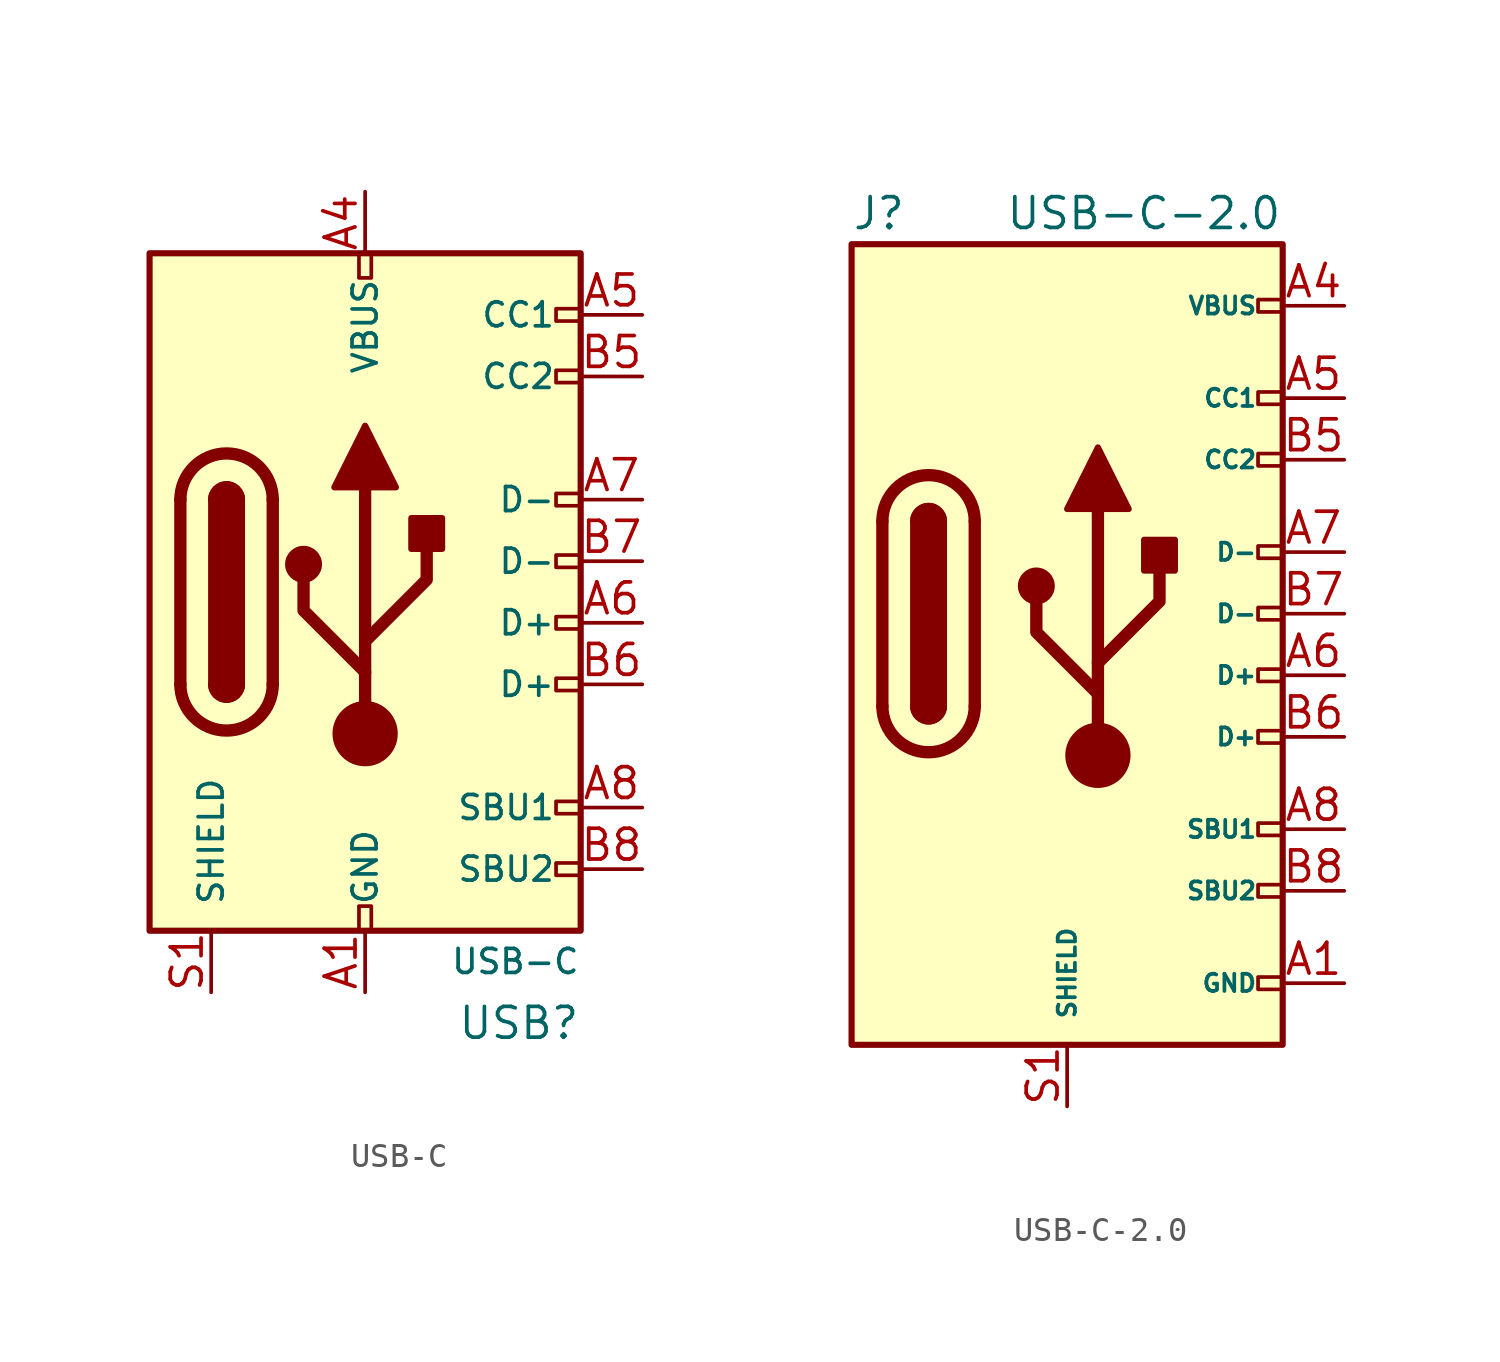
<source format=kicad_sym>
(kicad_symbol_lib
  (version 20241209)
  (generator "kicad_symbol_editor")
  (generator_version "9.0")
  (symbol "USB-C"
    (pin_names
      (offset 1.016))
    (property "Reference" "USB"
      (at 8.89 -17.78 0)
      (effects (font (size 1.27 1.27)) (justify right)))
    (property "Value" "USB-C"
      (at 8.89 -15.24 0)
      (effects (font (size 0.991 0.991)) (justify right)))
    (symbol "USB-C_0_0"
      (rectangle (start -0.254 13.97) (end 0.254 12.954) (stroke (width 0) (type default)) (fill (type none)))
      (rectangle (start -0.254 -13.97) (end 0.254 -12.954) (stroke (width 0) (type default)) (fill (type none)))
      (rectangle (start 8.89 11.684) (end 7.874 11.176) (stroke (width 0) (type default)) (fill (type none)))
      (rectangle (start 8.89 9.144) (end 7.874 8.636) (stroke (width 0) (type default)) (fill (type none)))
      (rectangle (start 8.89 4.064) (end 7.874 3.556) (stroke (width 0) (type default)) (fill (type none)))
      (rectangle (start 8.89 1.524) (end 7.874 1.016) (stroke (width 0) (type default)) (fill (type none)))
      (rectangle (start 8.89 -1.016) (end 7.874 -1.524) (stroke (width 0) (type default)) (fill (type none)))
      (rectangle (start 8.89 -3.556) (end 7.874 -4.064) (stroke (width 0) (type default)) (fill (type none)))
      (rectangle (start 8.89 -8.636) (end 7.874 -9.144) (stroke (width 0) (type default)) (fill (type none)))
      (rectangle (start 8.89 -11.176) (end 7.874 -11.684) (stroke (width 0) (type default)) (fill (type none))))
    (symbol "USB-C_0_1"
      (rectangle (start -8.89 13.97) (end 8.89 -13.97) (stroke (width 0.254) (type default)) (fill (type background)))
      (polyline (pts (xy -7.62 -3.81) (xy -7.62 3.81)) (stroke (width 0.508) (type default)) (fill (type none)))
      (rectangle (start -6.35 -3.81) (end -5.08 3.81) (stroke (width 0.254) (type default)) (fill (type outline)))
      (arc (start -6.35 3.81) (mid -5.715 4.4423) (end -5.08 3.81) (stroke (width 0.254) (type default)) (fill (type none)))
      (arc (start -6.35 3.81) (mid -5.715 4.4423) (end -5.08 3.81) (stroke (width 0.254) (type default)) (fill (type outline)))
      (arc (start -7.62 3.81) (mid -5.715 5.7067) (end -3.81 3.81) (stroke (width 0.508) (type default)) (fill (type none)))
      (arc (start -3.81 -3.81) (mid -5.715 -5.7067) (end -7.62 -3.81) (stroke (width 0.508) (type default)) (fill (type none)))
      (arc (start -5.08 -3.81) (mid -5.715 -4.4423) (end -6.35 -3.81) (stroke (width 0.254) (type default)) (fill (type none)))
      (arc (start -5.08 -3.81) (mid -5.715 -4.4423) (end -6.35 -3.81) (stroke (width 0.254) (type default)) (fill (type outline)))
      (polyline (pts (xy -3.81 3.81) (xy -3.81 -3.81)) (stroke (width 0.508) (type default)) (fill (type none)))
      (circle (center -2.54 1.143) (radius 0.635) (stroke (width 0.254) (type default)) (fill (type outline)))
      (polyline (pts (xy -1.27 4.318) (xy 0 6.858) (xy 1.27 4.318) (xy -1.27 4.318)) (stroke (width 0.254) (type default)) (fill (type outline)))
      (polyline (pts (xy 0 -2.032) (xy 2.54 0.508) (xy 2.54 1.778)) (stroke (width 0.508) (type default)) (fill (type none)))
      (polyline (pts (xy 0 -3.302) (xy -2.54 -0.762) (xy -2.54 0.508)) (stroke (width 0.508) (type default)) (fill (type none)))
      (polyline (pts (xy 0 -5.842) (xy 0 4.318)) (stroke (width 0.508) (type default)) (fill (type none)))
      (circle (center 0 -5.842) (radius 1.27) (stroke (width 0) (type default)) (fill (type outline)))
      (rectangle (start 1.905 1.778) (end 3.175 3.048) (stroke (width 0.254) (type default)) (fill (type outline))))
    (symbol "USB-C_1_1"
      (pin passive line (at -6.35 -16.51 90) (length 2.54) (name "SHIELD" (effects (font (size 0.991 0.991)))) (number "S1" (effects (font (size 1.27 1.27)))))
      (pin passive line (at 0 16.51 270) (length 2.54) (name "VBUS" (effects (font (size 0.991 0.991)))) (number "A4" (effects (font (size 1.27 1.27)))))
      (pin passive line (at 0 16.51 270) (length 2.54) (hide yes) (name "VBUS" (effects (font (size 0.991 0.991)))) (number "A9" (effects (font (size 1.27 1.27)))))
      (pin passive line (at 0 16.51 270) (length 2.54) (hide yes) (name "VBUS" (effects (font (size 0.991 0.991)))) (number "B4" (effects (font (size 1.27 1.27)))))
      (pin passive line (at 0 16.51 270) (length 2.54) (hide yes) (name "VBUS" (effects (font (size 0.991 0.991)))) (number "B9" (effects (font (size 1.27 1.27)))))
      (pin passive line (at 0 -16.51 90) (length 2.54) (name "GND" (effects (font (size 0.991 0.991)))) (number "A1" (effects (font (size 1.27 1.27)))))
      (pin passive line (at 0 -16.51 90) (length 2.54) (hide yes) (name "GND" (effects (font (size 0.991 0.991)))) (number "A12" (effects (font (size 1.27 1.27)))))
      (pin passive line (at 0 -16.51 90) (length 2.54) (hide yes) (name "GND" (effects (font (size 0.991 0.991)))) (number "B1" (effects (font (size 1.27 1.27)))))
      (pin passive line (at 0 -16.51 90) (length 2.54) (hide yes) (name "GND" (effects (font (size 0.991 0.991)))) (number "B12" (effects (font (size 1.27 1.27)))))
      (pin bidirectional line (at 11.43 11.43 180) (length 2.54) (name "CC1" (effects (font (size 0.991 0.991)))) (number "A5" (effects (font (size 1.27 1.27)))))
      (pin bidirectional line (at 11.43 8.89 180) (length 2.54) (name "CC2" (effects (font (size 0.991 0.991)))) (number "B5" (effects (font (size 1.27 1.27)))))
      (pin bidirectional line (at 11.43 3.81 180) (length 2.54) (name "D-" (effects (font (size 0.991 0.991)))) (number "A7" (effects (font (size 1.27 1.27)))))
      (pin bidirectional line (at 11.43 1.27 180) (length 2.54) (name "D-" (effects (font (size 0.991 0.991)))) (number "B7" (effects (font (size 1.27 1.27)))))
      (pin bidirectional line (at 11.43 -1.27 180) (length 2.54) (name "D+" (effects (font (size 0.991 0.991)))) (number "A6" (effects (font (size 1.27 1.27)))))
      (pin bidirectional line (at 11.43 -3.81 180) (length 2.54) (name "D+" (effects (font (size 0.991 0.991)))) (number "B6" (effects (font (size 1.27 1.27)))))
      (pin bidirectional line (at 11.43 -8.89 180) (length 2.54) (name "SBU1" (effects (font (size 0.991 0.991)))) (number "A8" (effects (font (size 1.27 1.27)))))
      (pin bidirectional line (at 11.43 -11.43 180) (length 2.54) (name "SBU2" (effects (font (size 0.991 0.991)))) (number "B8" (effects (font (size 1.27 1.27)))))))
  (symbol "USB-C-2.0"
    (pin_names
      (offset 1.016))
    (property "Reference" "J"
      (at -8.89 17.78 0)
      (effects (font (size 1.27 1.27)) (justify left)))
    (property "Value" "USB-C-2.0"
      (at 8.89 17.78 0)
      (effects (font (size 1.27 1.27)) (justify right)))
    (symbol "USB-C-2.0_0_0"
      (rectangle (start 7.874 -9.906) (end 8.89 -10.414) (stroke (width 0) (type default)) (fill (type none)))
      (rectangle (start 8.89 14.224) (end 7.874 13.716) (stroke (width 0) (type default)) (fill (type none)))
      (rectangle (start 8.89 10.414) (end 7.874 9.906) (stroke (width 0) (type default)) (fill (type none)))
      (rectangle (start 8.89 7.874) (end 7.874 7.366) (stroke (width 0) (type default)) (fill (type none)))
      (rectangle (start 8.89 4.064) (end 7.874 3.556) (stroke (width 0) (type default)) (fill (type none)))
      (rectangle (start 8.89 1.524) (end 7.874 1.016) (stroke (width 0) (type default)) (fill (type none)))
      (rectangle (start 8.89 -1.016) (end 7.874 -1.524) (stroke (width 0) (type default)) (fill (type none)))
      (rectangle (start 8.89 -3.556) (end 7.874 -4.064) (stroke (width 0) (type default)) (fill (type none)))
      (rectangle (start 8.89 -7.366) (end 7.874 -7.874) (stroke (width 0) (type default)) (fill (type none)))
      (rectangle (start 8.89 -13.716) (end 7.874 -14.224) (stroke (width 0) (type default)) (fill (type none))))
    (symbol "USB-C-2.0_0_1"
      (rectangle (start -8.89 16.51) (end 8.89 -16.51) (stroke (width 0.254) (type default)) (fill (type background)))
      (polyline (pts (xy -7.62 -2.54) (xy -7.62 5.08)) (stroke (width 0.508) (type default)) (fill (type none)))
      (rectangle (start -6.35 -2.54) (end -5.08 5.08) (stroke (width 0.254) (type default)) (fill (type outline)))
      (arc (start -6.35 5.08) (mid -5.715 5.7123) (end -5.08 5.08) (stroke (width 0.254) (type default)) (fill (type none)))
      (arc (start -6.35 5.08) (mid -5.715 5.7123) (end -5.08 5.08) (stroke (width 0.254) (type default)) (fill (type outline)))
      (arc (start -7.62 5.08) (mid -5.715 6.9767) (end -3.81 5.08) (stroke (width 0.508) (type default)) (fill (type none)))
      (arc (start -3.81 -2.54) (mid -5.715 -4.4367) (end -7.62 -2.54) (stroke (width 0.508) (type default)) (fill (type none)))
      (arc (start -5.08 -2.54) (mid -5.715 -3.1723) (end -6.35 -2.54) (stroke (width 0.254) (type default)) (fill (type none)))
      (arc (start -5.08 -2.54) (mid -5.715 -3.1723) (end -6.35 -2.54) (stroke (width 0.254) (type default)) (fill (type outline)))
      (polyline (pts (xy -3.81 5.08) (xy -3.81 -2.54)) (stroke (width 0.508) (type default)) (fill (type none)))
      (circle (center -1.27 2.413) (radius 0.635) (stroke (width 0.254) (type default)) (fill (type outline)))
      (polyline (pts (xy 0 5.588) (xy 1.27 8.128) (xy 2.54 5.588) (xy 0 5.588)) (stroke (width 0.254) (type default)) (fill (type outline)))
      (polyline (pts (xy 1.27 -0.762) (xy 3.81 1.778) (xy 3.81 3.048)) (stroke (width 0.508) (type default)) (fill (type none)))
      (polyline (pts (xy 1.27 -2.032) (xy -1.27 0.508) (xy -1.27 1.778)) (stroke (width 0.508) (type default)) (fill (type none)))
      (polyline (pts (xy 1.27 -4.572) (xy 1.27 5.588)) (stroke (width 0.508) (type default)) (fill (type none)))
      (circle (center 1.27 -4.572) (radius 1.27) (stroke (width 0) (type default)) (fill (type outline)))
      (rectangle (start 3.175 3.048) (end 4.445 4.318) (stroke (width 0.254) (type default)) (fill (type outline))))
    (symbol "USB-C-2.0_1_1"
      (pin passive line (at 0 -19.05 90) (length 2.54) (name "SHIELD" (effects (font (size 0.711 0.711)))) (number "S1" (effects (font (size 1.27 1.27)))))
      (pin passive line (at 11.43 13.97 180) (length 2.54) (name "VBUS" (effects (font (size 0.711 0.711)))) (number "A4" (effects (font (size 1.27 1.27)))))
      (pin passive line (at 11.43 13.97 180) (length 2.54) (hide yes) (name "VBUS" (effects (font (size 0.711 0.711)))) (number "A9" (effects (font (size 1.27 1.27)))))
      (pin passive line (at 11.43 13.97 180) (length 2.54) (hide yes) (name "VBUS" (effects (font (size 0.711 0.711)))) (number "B4" (effects (font (size 1.27 1.27)))))
      (pin passive line (at 11.43 13.97 180) (length 2.54) (hide yes) (name "VBUS" (effects (font (size 0.711 0.711)))) (number "B9" (effects (font (size 1.27 1.27)))))
      (pin bidirectional line (at 11.43 10.16 180) (length 2.54) (name "CC1" (effects (font (size 0.711 0.711)))) (number "A5" (effects (font (size 1.27 1.27)))))
      (pin bidirectional line (at 11.43 7.62 180) (length 2.54) (name "CC2" (effects (font (size 0.711 0.711)))) (number "B5" (effects (font (size 1.27 1.27)))))
      (pin bidirectional line (at 11.43 3.81 180) (length 2.54) (name "D-" (effects (font (size 0.711 0.711)))) (number "A7" (effects (font (size 1.27 1.27)))))
      (pin bidirectional line (at 11.43 1.27 180) (length 2.54) (name "D-" (effects (font (size 0.711 0.711)))) (number "B7" (effects (font (size 1.27 1.27)))))
      (pin bidirectional line (at 11.43 -1.27 180) (length 2.54) (name "D+" (effects (font (size 0.711 0.711)))) (number "A6" (effects (font (size 1.27 1.27)))))
      (pin bidirectional line (at 11.43 -3.81 180) (length 2.54) (name "D+" (effects (font (size 0.711 0.711)))) (number "B6" (effects (font (size 1.27 1.27)))))
      (pin bidirectional line (at 11.43 -7.62 180) (length 2.54) (name "SBU1" (effects (font (size 0.711 0.711)))) (number "A8" (effects (font (size 1.27 1.27)))))
      (pin bidirectional line (at 11.43 -10.16 180) (length 2.54) (name "SBU2" (effects (font (size 0.711 0.711)))) (number "B8" (effects (font (size 1.27 1.27)))))
      (pin passive line (at 11.43 -13.97 180) (length 2.54) (name "GND" (effects (font (size 0.711 0.711)))) (number "A1" (effects (font (size 1.27 1.27)))))
      (pin passive line (at 11.43 -13.97 180) (length 2.54) (hide yes) (name "GND" (effects (font (size 0.711 0.711)))) (number "A12" (effects (font (size 1.27 1.27)))))
      (pin passive line (at 11.43 -13.97 180) (length 2.54) (hide yes) (name "GND" (effects (font (size 0.711 0.711)))) (number "B1" (effects (font (size 1.27 1.27)))))
      (pin passive line (at 11.43 -13.97 180) (length 2.54) (hide yes) (name "GND" (effects (font (size 0.711 0.711)))) (number "B12" (effects (font (size 1.27 1.27))))))))
</source>
